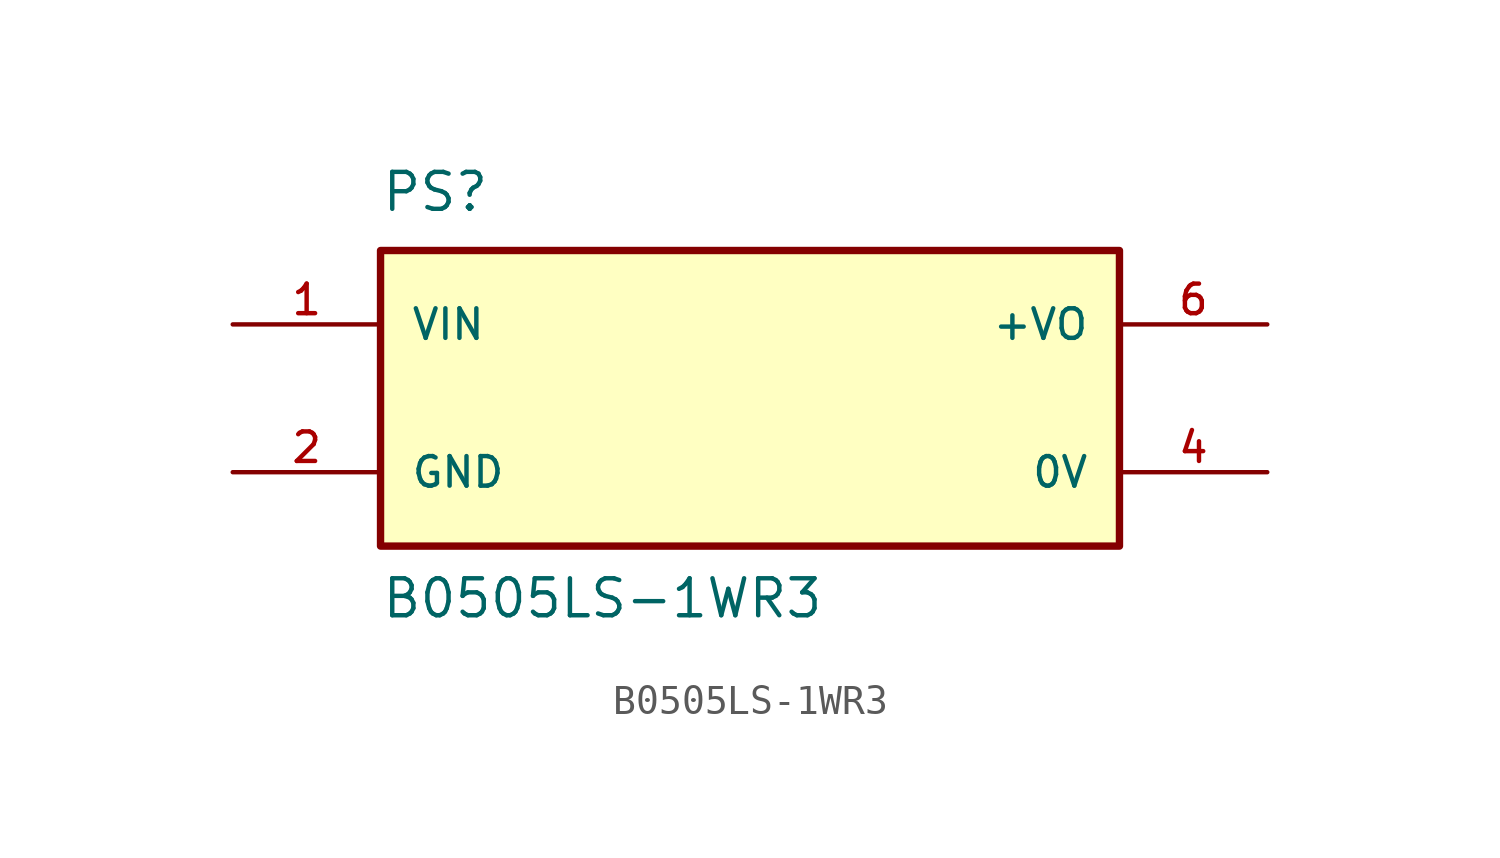
<source format=kicad_sym>
(kicad_symbol_lib
  (version 20211014)
  (generator kicad_symbol_editor)
  (symbol "B0505LS-1WR3"
    (pin_names
      (offset 1.016))
    (property "Reference" "PS"
      (at -12.7 6.35 0)
      (effects (font (size 1.27 1.27)) (justify bottom left)))
    (property "Value" "B0505LS-1WR3"
      (at -12.7 -7.62 0)
      (effects (font (size 1.27 1.27)) (justify bottom left)))
    (symbol "B0505LS-1WR3_0_0"
      (rectangle (start -12.7 -5.08) (end 12.7 5.08) (stroke (width 0.254)) (fill (type background)))
      (pin input line (at -17.78 2.54 0) (length 5.08) (name "VIN" (effects (font (size 1.016 1.016)))) (number "1" (effects (font (size 1.016 1.016)))))
      (pin output line (at 17.78 2.54 180.0) (length 5.08) (name "+VO" (effects (font (size 1.016 1.016)))) (number "6" (effects (font (size 1.016 1.016)))))
      (pin power_in line (at -17.78 -2.54 0) (length 5.08) (name "GND" (effects (font (size 1.016 1.016)))) (number "2" (effects (font (size 1.016 1.016)))))
      (pin passive line (at 17.78 -2.54 180.0) (length 5.08) (name "0V" (effects (font (size 1.016 1.016)))) (number "4" (effects (font (size 1.016 1.016))))))))
</source>
